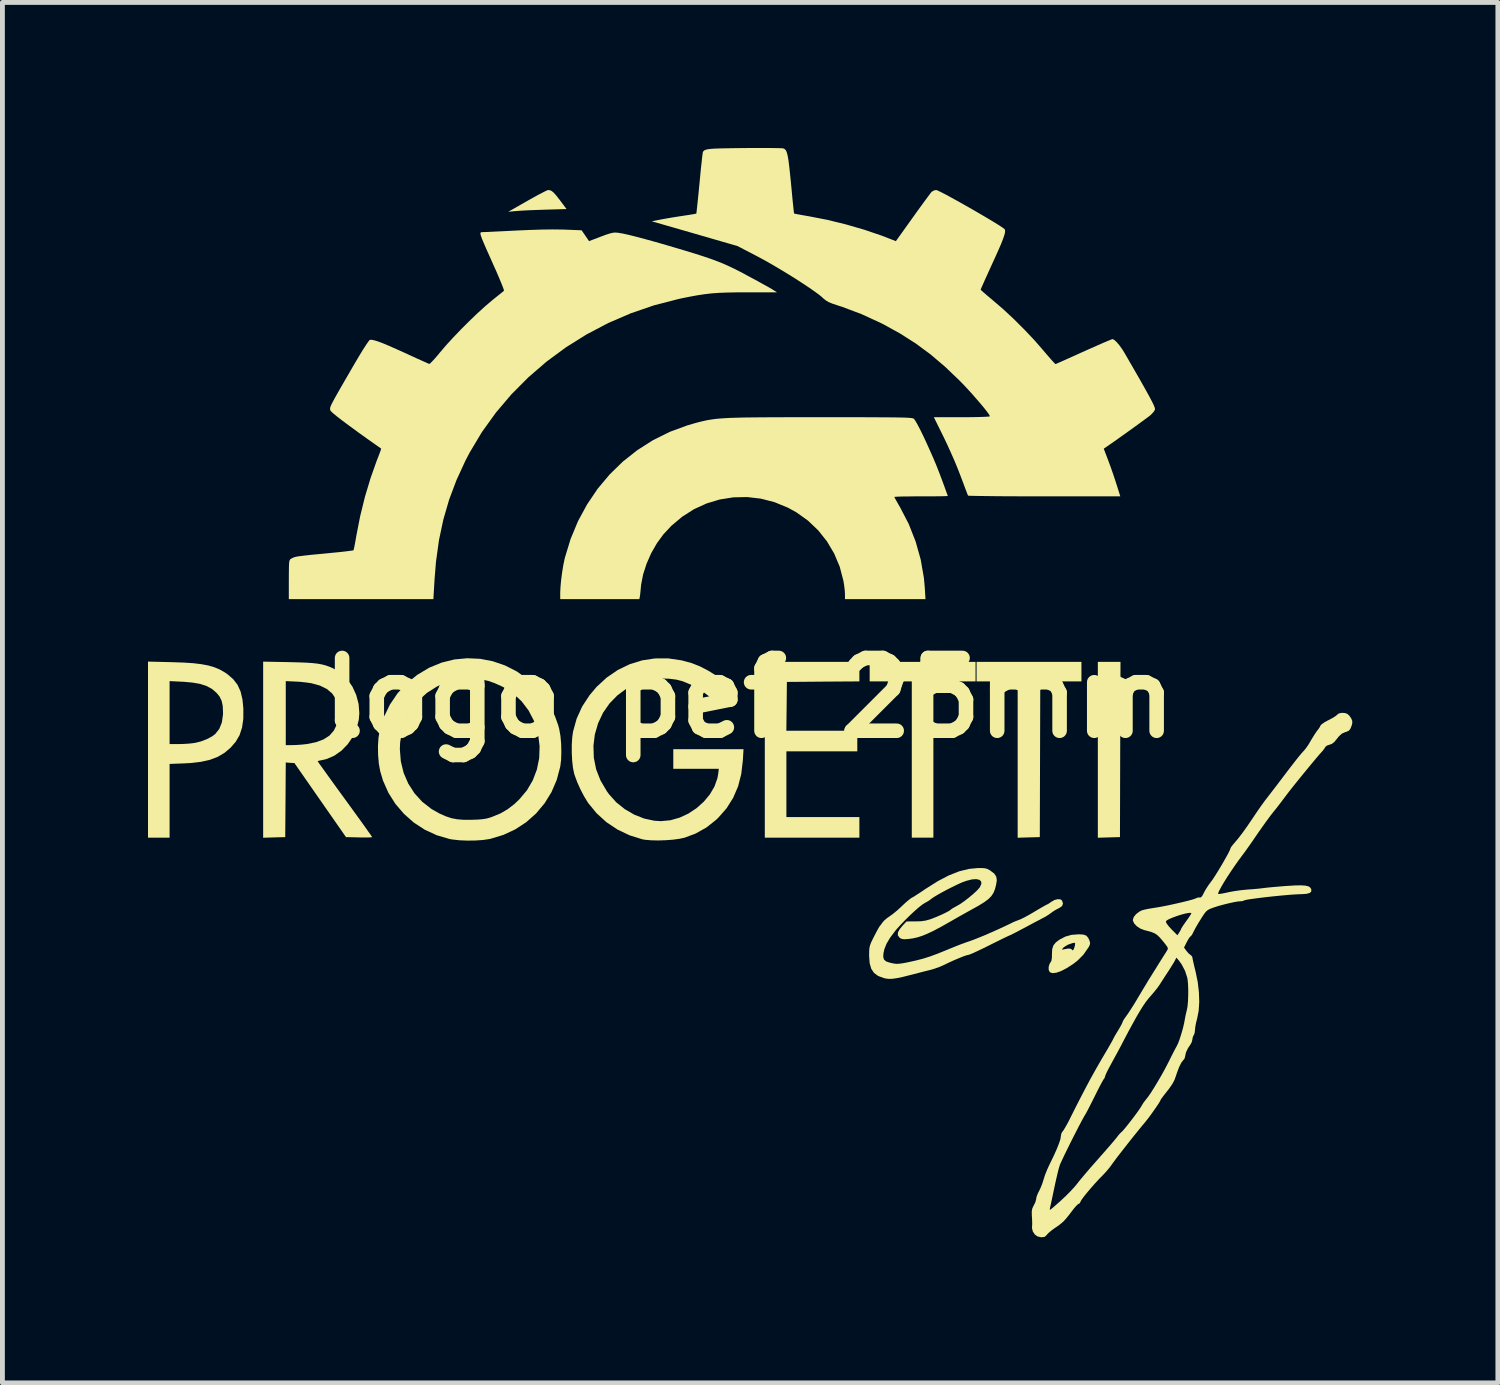
<source format=kicad_pcb>
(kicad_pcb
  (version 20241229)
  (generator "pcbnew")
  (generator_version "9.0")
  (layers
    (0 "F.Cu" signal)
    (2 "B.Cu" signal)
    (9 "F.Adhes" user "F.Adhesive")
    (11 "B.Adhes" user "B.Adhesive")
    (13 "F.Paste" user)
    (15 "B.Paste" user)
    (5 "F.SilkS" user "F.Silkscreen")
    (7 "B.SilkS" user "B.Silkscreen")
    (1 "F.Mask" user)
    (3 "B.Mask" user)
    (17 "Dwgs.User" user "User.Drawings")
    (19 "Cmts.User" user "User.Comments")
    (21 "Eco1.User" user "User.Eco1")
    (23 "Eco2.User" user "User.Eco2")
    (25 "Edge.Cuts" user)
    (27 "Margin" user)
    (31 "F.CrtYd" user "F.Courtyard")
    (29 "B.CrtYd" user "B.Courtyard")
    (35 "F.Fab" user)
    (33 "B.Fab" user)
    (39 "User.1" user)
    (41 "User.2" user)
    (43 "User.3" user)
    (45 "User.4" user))
  (footprint "logo pef 25mm"
    (layer "F.Cu")
    (at 12.393 11.331)
    (property "Reference" "logo pef 25mm" (at 0 0 0) (layer "F.SilkS") (effects (font (size 1.5 1.5) (thickness 0.3))))
    (attr board_only exclude_from_pos_files exclude_from_bom)
    (fp_poly (pts (xy 7.642 1.065) (xy 7.637 2.87) (xy 7.409 2.876) (xy 7.181 2.883) (xy 7.181 1.071) (xy 7.181 -0.741) (xy 7.415 -0.741) (xy 7.648 -0.741)) (stroke (width 0) (type solid)) (fill yes) (layer "F.SilkS"))
    (fp_poly (pts (xy 4.661 -0.54) (xy 4.661 -0.339) (xy 4.226 -0.339) (xy 3.792 -0.339) (xy 3.792 1.271) (xy 3.792 2.881) (xy 3.57 2.881) (xy 3.347 2.881) (xy 3.347 1.271) (xy 3.347 -0.339) (xy 2.913 -0.339) (xy 2.479 -0.339) (xy 2.479 -0.54) (xy 2.479 -0.741) (xy 3.57 -0.741) (xy 4.661 -0.741)) (stroke (width 0) (type solid)) (fill yes) (layer "F.SilkS"))
    (fp_poly (pts (xy 6.843 -0.54) (xy 6.843 -0.339) (xy 6.419 -0.339) (xy 5.995 -0.339) (xy 5.99 1.266) (xy 5.985 2.87) (xy 5.757 2.876) (xy 5.529 2.883) (xy 5.529 1.272) (xy 5.529 -0.339) (xy 5.105 -0.339) (xy 4.682 -0.339) (xy 4.682 -0.54) (xy 4.682 -0.741) (xy 5.762 -0.741) (xy 6.843 -0.741)) (stroke (width 0) (type solid)) (fill yes) (layer "F.SilkS"))
    (fp_poly (pts (xy -4.108 -10.46) (xy -4.071 -10.443) (xy -4.028 -10.406) (xy -3.975 -10.346) (xy -3.905 -10.256) (xy -3.768 -10.073) (xy -4.209 -10.06) (xy -4.353 -10.055) (xy -4.495 -10.05) (xy -4.624 -10.044) (xy -4.73 -10.038) (xy -4.804 -10.032) (xy -4.809 -10.032) (xy -4.968 -10.017) (xy -4.576 -10.241) (xy -4.458 -10.307) (xy -4.351 -10.366) (xy -4.26 -10.413) (xy -4.193 -10.447) (xy -4.154 -10.464) (xy -4.149 -10.465)) (stroke (width 0) (type solid)) (fill yes) (layer "F.SilkS"))
    (fp_poly (pts (xy 2.267 -0.54) (xy 2.267 -0.339) (xy 1.52 -0.334) (xy 0.773 -0.328) (xy 0.768 0.175) (xy 0.762 0.678) (xy 1.493 0.678) (xy 2.224 0.678) (xy 2.224 0.89) (xy 2.224 1.102) (xy 1.493 1.102) (xy 0.763 1.102) (xy 0.763 1.779) (xy 0.763 2.457) (xy 1.515 2.457) (xy 2.267 2.457) (xy 2.267 2.669) (xy 2.267 2.881) (xy 1.292 2.881) (xy 0.318 2.881) (xy 0.318 1.07) (xy 0.318 -0.741) (xy 1.292 -0.741) (xy 2.267 -0.741)) (stroke (width 0) (type solid)) (fill yes) (layer "F.SilkS"))
    (fp_poly (pts (xy 6.881 4.878) (xy 6.941 4.899) (xy 6.982 4.944) (xy 7.011 5.007) (xy 7.022 5.054) (xy 7.012 5.098) (xy 6.987 5.145) (xy 6.884 5.292) (xy 6.767 5.411) (xy 6.682 5.478) (xy 6.551 5.564) (xy 6.433 5.626) (xy 6.332 5.663) (xy 6.251 5.674) (xy 6.196 5.657) (xy 6.19 5.652) (xy 6.168 5.605) (xy 6.168 5.541) (xy 6.187 5.48) (xy 6.201 5.46) (xy 6.224 5.42) (xy 6.234 5.359) (xy 6.235 5.289) (xy 6.24 5.185) (xy 6.443 5.185) (xy 6.454 5.189) (xy 6.493 5.18) (xy 6.572 5.166) (xy 6.627 5.172) (xy 6.649 5.191) (xy 6.663 5.205) (xy 6.683 5.184) (xy 6.701 5.136) (xy 6.707 5.109) (xy 6.714 5.062) (xy 6.703 5.047) (xy 6.666 5.053) (xy 6.66 5.054) (xy 6.563 5.088) (xy 6.486 5.135) (xy 6.46 5.16) (xy 6.443 5.185) (xy 6.24 5.185) (xy 6.24 5.182) (xy 6.265 5.102) (xy 6.317 5.038) (xy 6.391 4.983) (xy 6.514 4.919) (xy 6.641 4.884) (xy 6.788 4.873) (xy 6.792 4.873)) (stroke (width 0) (type solid)) (fill yes) (layer "F.SilkS"))
    (fp_poly (pts (xy -11.9 -0.735) (xy -11.664 -0.727) (xy -11.464 -0.714) (xy -11.295 -0.694) (xy -11.151 -0.667) (xy -11.027 -0.631) (xy -10.917 -0.585) (xy -10.815 -0.527) (xy -10.758 -0.489) (xy -10.639 -0.386) (xy -10.548 -0.269) (xy -10.485 -0.13) (xy -10.446 0.035) (xy -10.428 0.224) (xy -10.429 0.434) (xy -10.455 0.613) (xy -10.506 0.769) (xy -10.586 0.906) (xy -10.692 1.028) (xy -10.816 1.133) (xy -10.956 1.216) (xy -11.117 1.277) (xy -11.304 1.319) (xy -11.523 1.344) (xy -11.635 1.35) (xy -11.948 1.362) (xy -11.948 2.121) (xy -11.948 2.881) (xy -12.17 2.881) (xy -12.393 2.881) (xy -12.393 1.067) (xy -12.393 -0.345) (xy -11.948 -0.345) (xy -11.948 0.304) (xy -11.948 0.953) (xy -11.763 0.953) (xy -11.656 0.95) (xy -11.544 0.943) (xy -11.45 0.932) (xy -11.44 0.931) (xy -11.307 0.9) (xy -11.179 0.851) (xy -11.069 0.792) (xy -11.008 0.746) (xy -10.924 0.64) (xy -10.871 0.508) (xy -10.848 0.348) (xy -10.847 0.301) (xy -10.853 0.166) (xy -10.876 0.06) (xy -10.919 -0.028) (xy -10.98 -0.102) (xy -11.071 -0.181) (xy -11.18 -0.241) (xy -11.312 -0.285) (xy -11.474 -0.314) (xy -11.671 -0.332) (xy -11.688 -0.332) (xy -11.948 -0.345) (xy -12.393 -0.345) (xy -12.393 -0.747)) (stroke (width 0) (type solid)) (fill yes) (layer "F.SilkS"))
    (fp_poly (pts (xy -9.485 -0.736) (xy -9.29 -0.731) (xy -9.13 -0.725) (xy -9 -0.716) (xy -8.893 -0.704) (xy -8.803 -0.687) (xy -8.722 -0.665) (xy -8.645 -0.637) (xy -8.566 -0.602) (xy -8.416 -0.508) (xy -8.286 -0.382) (xy -8.18 -0.23) (xy -8.102 -0.059) (xy -8.053 0.125) (xy -8.038 0.316) (xy -8.049 0.45) (xy -8.095 0.633) (xy -8.173 0.804) (xy -8.279 0.958) (xy -8.407 1.089) (xy -8.552 1.191) (xy -8.711 1.26) (xy -8.808 1.283) (xy -8.863 1.294) (xy -8.894 1.303) (xy -8.897 1.306) (xy -8.885 1.324) (xy -8.851 1.373) (xy -8.796 1.449) (xy -8.724 1.55) (xy -8.637 1.67) (xy -8.538 1.808) (xy -8.428 1.959) (xy -8.336 2.085) (xy -8.22 2.245) (xy -8.113 2.393) (xy -8.015 2.528) (xy -7.931 2.645) (xy -7.863 2.742) (xy -7.812 2.813) (xy -7.782 2.857) (xy -7.775 2.87) (xy -7.794 2.874) (xy -7.849 2.877) (xy -7.929 2.878) (xy -8.029 2.877) (xy -8.044 2.876) (xy -8.313 2.87) (xy -8.844 2.108) (xy -9.375 1.345) (xy -9.464 1.339) (xy -9.554 1.332) (xy -9.559 2.101) (xy -9.565 2.87) (xy -9.792 2.876) (xy -10.02 2.883) (xy -10.02 1.068) (xy -10.02 -0.345) (xy -9.554 -0.345) (xy -9.554 0.315) (xy -9.554 0.974) (xy -9.418 0.974) (xy -9.325 0.971) (xy -9.215 0.963) (xy -9.118 0.952) (xy -8.931 0.914) (xy -8.779 0.858) (xy -8.659 0.782) (xy -8.65 0.774) (xy -8.563 0.674) (xy -8.501 0.547) (xy -8.465 0.404) (xy -8.46 0.255) (xy -8.472 0.167) (xy -8.52 0.026) (xy -8.598 -0.09) (xy -8.708 -0.183) (xy -8.851 -0.253) (xy -9.029 -0.302) (xy -9.242 -0.329) (xy -9.305 -0.333) (xy -9.554 -0.345) (xy -10.02 -0.345) (xy -10.02 -0.746)) (stroke (width 0) (type solid)) (fill yes) (layer "F.SilkS"))
    (fp_poly (pts (xy -1.394 -0.772) (xy -1.189 -0.716) (xy -1.02 -0.649) (xy -0.85 -0.561) (xy -0.687 -0.46) (xy -0.541 -0.351) (xy -0.423 -0.24) (xy -0.374 -0.182) (xy -0.321 -0.113) (xy -0.481 0.032) (xy -0.641 0.177) (xy -0.714 0.088) (xy -0.842 -0.04) (xy -1.003 -0.16) (xy -1.187 -0.264) (xy -1.377 -0.343) (xy -1.502 -0.375) (xy -1.654 -0.394) (xy -1.815 -0.399) (xy -1.972 -0.39) (xy -2.085 -0.372) (xy -2.318 -0.299) (xy -2.53 -0.192) (xy -2.719 -0.052) (xy -2.882 0.115) (xy -3.016 0.308) (xy -3.117 0.522) (xy -3.185 0.755) (xy -3.213 0.985) (xy -3.206 1.234) (xy -3.158 1.473) (xy -3.068 1.702) (xy -2.937 1.925) (xy -2.892 1.987) (xy -2.743 2.153) (xy -2.567 2.294) (xy -2.373 2.407) (xy -2.167 2.488) (xy -1.956 2.533) (xy -1.822 2.541) (xy -1.628 2.523) (xy -1.438 2.469) (xy -1.256 2.385) (xy -1.089 2.274) (xy -0.94 2.141) (xy -0.815 1.991) (xy -0.719 1.827) (xy -0.658 1.654) (xy -0.642 1.563) (xy -0.63 1.462) (xy -1.099 1.462) (xy -1.568 1.462) (xy -1.568 1.26) (xy -1.568 1.059) (xy -0.844 1.059) (xy -0.121 1.059) (xy -0.134 1.287) (xy -0.167 1.569) (xy -0.233 1.826) (xy -0.334 2.06) (xy -0.469 2.275) (xy -0.642 2.472) (xy -0.686 2.514) (xy -0.885 2.672) (xy -1.109 2.797) (xy -1.335 2.882) (xy -1.442 2.905) (xy -1.576 2.923) (xy -1.725 2.934) (xy -1.877 2.939) (xy -2.02 2.936) (xy -2.142 2.926) (xy -2.203 2.916) (xy -2.469 2.833) (xy -2.718 2.714) (xy -2.946 2.562) (xy -3.148 2.379) (xy -3.32 2.169) (xy -3.331 2.153) (xy -3.406 2.03) (xy -3.481 1.886) (xy -3.548 1.737) (xy -3.599 1.599) (xy -3.612 1.557) (xy -3.636 1.439) (xy -3.652 1.293) (xy -3.66 1.133) (xy -3.66 0.97) (xy -3.651 0.819) (xy -3.634 0.697) (xy -3.56 0.43) (xy -3.446 0.179) (xy -3.292 -0.056) (xy -3.149 -0.225) (xy -2.94 -0.418) (xy -2.712 -0.574) (xy -2.468 -0.692) (xy -2.211 -0.772) (xy -1.945 -0.812) (xy -1.671 -0.813)) (stroke (width 0) (type solid)) (fill yes) (layer "F.SilkS"))
    (fp_poly (pts (xy -5.548 -0.804) (xy -5.287 -0.754) (xy -5.034 -0.667) (xy -4.793 -0.544) (xy -4.568 -0.386) (xy -4.362 -0.193) (xy -4.294 -0.116) (xy -4.189 0.027) (xy -4.091 0.198) (xy -4.005 0.382) (xy -3.94 0.563) (xy -3.919 0.641) (xy -3.894 0.782) (xy -3.879 0.945) (xy -3.875 1.116) (xy -3.88 1.278) (xy -3.897 1.416) (xy -3.898 1.419) (xy -3.97 1.691) (xy -4.078 1.943) (xy -4.221 2.174) (xy -4.394 2.381) (xy -4.595 2.56) (xy -4.822 2.709) (xy -5.071 2.825) (xy -5.339 2.906) (xy -5.366 2.911) (xy -5.495 2.93) (xy -5.651 2.94) (xy -5.817 2.942) (xy -5.979 2.935) (xy -6.121 2.919) (xy -6.175 2.91) (xy -6.441 2.832) (xy -6.689 2.718) (xy -6.916 2.57) (xy -7.118 2.391) (xy -7.294 2.186) (xy -7.439 1.956) (xy -7.55 1.706) (xy -7.607 1.515) (xy -7.636 1.357) (xy -7.651 1.179) (xy -7.653 1.059) (xy -7.203 1.059) (xy -7.183 1.309) (xy -7.125 1.546) (xy -7.03 1.766) (xy -6.902 1.966) (xy -6.742 2.142) (xy -6.552 2.29) (xy -6.386 2.384) (xy -6.257 2.441) (xy -6.14 2.48) (xy -6.019 2.503) (xy -5.883 2.514) (xy -5.72 2.513) (xy -5.596 2.509) (xy -5.501 2.501) (xy -5.423 2.489) (xy -5.349 2.469) (xy -5.3 2.452) (xy -5.13 2.382) (xy -4.982 2.296) (xy -4.841 2.187) (xy -4.742 2.093) (xy -4.585 1.907) (xy -4.464 1.701) (xy -4.379 1.478) (xy -4.331 1.242) (xy -4.323 0.998) (xy -4.353 0.751) (xy -4.364 0.702) (xy -4.44 0.472) (xy -4.55 0.261) (xy -4.691 0.074) (xy -4.86 -0.085) (xy -5.054 -0.212) (xy -5.107 -0.239) (xy -5.252 -0.304) (xy -5.378 -0.348) (xy -5.501 -0.375) (xy -5.636 -0.387) (xy -5.773 -0.39) (xy -5.955 -0.382) (xy -6.113 -0.357) (xy -6.262 -0.312) (xy -6.417 -0.243) (xy -6.442 -0.231) (xy -6.645 -0.102) (xy -6.821 0.057) (xy -6.966 0.241) (xy -7.078 0.449) (xy -7.156 0.675) (xy -7.197 0.918) (xy -7.203 1.059) (xy -7.653 1.059) (xy -7.654 0.996) (xy -7.643 0.823) (xy -7.619 0.674) (xy -7.618 0.67) (xy -7.531 0.395) (xy -7.409 0.141) (xy -7.252 -0.091) (xy -7.063 -0.297) (xy -6.844 -0.474) (xy -6.598 -0.621) (xy -6.342 -0.726) (xy -6.08 -0.791) (xy -5.814 -0.816)) (stroke (width 0) (type solid)) (fill yes) (layer "F.SilkS"))
    (fp_poly (pts (xy 2.07 -5.783) (xy 2.322 -5.783) (xy 2.539 -5.782) (xy 2.724 -5.781) (xy 2.88 -5.78) (xy 3.009 -5.779) (xy 3.114 -5.777) (xy 3.197 -5.775) (xy 3.262 -5.772) (xy 3.31 -5.769) (xy 3.344 -5.765) (xy 3.368 -5.76) (xy 3.383 -5.755) (xy 3.392 -5.749) (xy 3.395 -5.746) (xy 3.426 -5.7) (xy 3.471 -5.621) (xy 3.526 -5.515) (xy 3.588 -5.388) (xy 3.654 -5.246) (xy 3.722 -5.095) (xy 3.789 -4.943) (xy 3.852 -4.794) (xy 3.907 -4.654) (xy 3.931 -4.592) (xy 3.978 -4.466) (xy 4.019 -4.355) (xy 4.052 -4.263) (xy 4.076 -4.197) (xy 4.088 -4.163) (xy 4.089 -4.16) (xy 4.068 -4.158) (xy 4.011 -4.156) (xy 3.923 -4.154) (xy 3.809 -4.153) (xy 3.675 -4.152) (xy 3.538 -4.152) (xy 3.39 -4.152) (xy 3.257 -4.15) (xy 3.145 -4.149) (xy 3.059 -4.146) (xy 3.004 -4.143) (xy 2.987 -4.14) (xy 2.997 -4.118) (xy 3.025 -4.068) (xy 3.065 -3.997) (xy 3.106 -3.926) (xy 3.284 -3.583) (xy 3.426 -3.222) (xy 3.531 -2.849) (xy 3.597 -2.469) (xy 3.615 -2.268) (xy 3.629 -2.034) (xy 2.8 -2.034) (xy 1.97 -2.034) (xy 1.97 -2.137) (xy 1.966 -2.209) (xy 1.955 -2.304) (xy 1.94 -2.402) (xy 1.937 -2.415) (xy 1.862 -2.702) (xy 1.748 -2.973) (xy 1.6 -3.223) (xy 1.419 -3.451) (xy 1.208 -3.652) (xy 0.969 -3.823) (xy 0.794 -3.919) (xy 0.519 -4.032) (xy 0.237 -4.105) (xy -0.047 -4.138) (xy -0.33 -4.132) (xy -0.609 -4.088) (xy -0.879 -4.007) (xy -1.139 -3.889) (xy -1.383 -3.734) (xy -1.608 -3.545) (xy -1.772 -3.369) (xy -1.905 -3.187) (xy -2.023 -2.982) (xy -2.119 -2.763) (xy -2.19 -2.543) (xy -2.231 -2.332) (xy -2.236 -2.28) (xy -2.244 -2.197) (xy -2.251 -2.126) (xy -2.258 -2.081) (xy -2.268 -2.034) (xy -3.083 -2.034) (xy -3.898 -2.034) (xy -3.898 -2.177) (xy -3.892 -2.291) (xy -3.879 -2.431) (xy -3.859 -2.583) (xy -3.835 -2.731) (xy -3.808 -2.861) (xy -3.802 -2.887) (xy -3.684 -3.274) (xy -3.531 -3.642) (xy -3.344 -3.987) (xy -3.127 -4.308) (xy -2.88 -4.603) (xy -2.606 -4.87) (xy -2.307 -5.106) (xy -1.984 -5.311) (xy -1.639 -5.482) (xy -1.275 -5.616) (xy -1.133 -5.657) (xy -1.056 -5.678) (xy -0.984 -5.696) (xy -0.915 -5.712) (xy -0.846 -5.726) (xy -0.773 -5.737) (xy -0.695 -5.748) (xy -0.607 -5.756) (xy -0.507 -5.763) (xy -0.392 -5.769) (xy -0.258 -5.773) (xy -0.104 -5.777) (xy 0.075 -5.779) (xy 0.281 -5.781) (xy 0.518 -5.782) (xy 0.787 -5.783) (xy 1.093 -5.783) (xy 1.438 -5.783) (xy 1.453 -5.783) (xy 1.782 -5.783)) (stroke (width 0) (type solid)) (fill yes) (layer "F.SilkS"))
    (fp_poly (pts (xy -3.875 -9.651) (xy -3.799 -9.649) (xy -3.457 -9.635) (xy -3.38 -9.523) (xy -3.304 -9.412) (xy -3.06 -9.505) (xy -2.952 -9.545) (xy -2.874 -9.57) (xy -2.815 -9.584) (xy -2.765 -9.589) (xy -2.713 -9.585) (xy -2.706 -9.584) (xy -2.619 -9.57) (xy -2.496 -9.543) (xy -2.339 -9.504) (xy -2.151 -9.454) (xy -1.936 -9.395) (xy -1.697 -9.326) (xy -1.568 -9.288) (xy -1.329 -9.217) (xy -1.126 -9.155) (xy -0.951 -9.099) (xy -0.8 -9.048) (xy -0.665 -8.998) (xy -0.542 -8.949) (xy -0.424 -8.896) (xy -0.306 -8.84) (xy -0.18 -8.776) (xy -0.063 -8.713) (xy 0.068 -8.643) (xy 0.191 -8.576) (xy 0.301 -8.515) (xy 0.391 -8.465) (xy 0.453 -8.43) (xy 0.47 -8.419) (xy 0.569 -8.357) (xy -0.049 -8.357) (xy -0.273 -8.356) (xy -0.463 -8.352) (xy -0.629 -8.346) (xy -0.779 -8.335) (xy -0.923 -8.318) (xy -1.07 -8.296) (xy -1.228 -8.267) (xy -1.407 -8.231) (xy -1.472 -8.216) (xy -1.965 -8.089) (xy -2.445 -7.924) (xy -2.909 -7.724) (xy -3.354 -7.49) (xy -3.779 -7.224) (xy -4.181 -6.928) (xy -4.557 -6.603) (xy -4.906 -6.252) (xy -5.225 -5.876) (xy -5.512 -5.477) (xy -5.763 -5.057) (xy -5.851 -4.889) (xy -6.036 -4.487) (xy -6.187 -4.086) (xy -6.306 -3.677) (xy -6.396 -3.253) (xy -6.458 -2.808) (xy -6.487 -2.452) (xy -6.512 -2.034) (xy -8.002 -2.034) (xy -9.491 -2.034) (xy -9.491 -2.436) (xy -9.49 -2.576) (xy -9.489 -2.679) (xy -9.487 -2.752) (xy -9.483 -2.801) (xy -9.475 -2.832) (xy -9.465 -2.851) (xy -9.45 -2.863) (xy -9.443 -2.867) (xy -9.418 -2.881) (xy -9.391 -2.893) (xy -9.355 -2.904) (xy -9.307 -2.914) (xy -9.24 -2.923) (xy -9.15 -2.934) (xy -9.033 -2.947) (xy -8.882 -2.961) (xy -8.725 -2.976) (xy -8.577 -2.991) (xy -8.442 -3.004) (xy -8.327 -3.017) (xy -8.238 -3.028) (xy -8.18 -3.036) (xy -8.159 -3.04) (xy -8.152 -3.064) (xy -8.139 -3.122) (xy -8.123 -3.206) (xy -8.105 -3.308) (xy -8.099 -3.343) (xy -8.021 -3.742) (xy -7.922 -4.144) (xy -7.805 -4.533) (xy -7.676 -4.897) (xy -7.665 -4.923) (xy -7.632 -5.009) (xy -7.606 -5.078) (xy -7.591 -5.123) (xy -7.588 -5.136) (xy -7.842 -5.315) (xy -8.06 -5.471) (xy -8.243 -5.605) (xy -8.391 -5.715) (xy -8.504 -5.803) (xy -8.583 -5.868) (xy -8.626 -5.91) (xy -8.636 -5.926) (xy -8.64 -5.943) (xy -8.641 -5.961) (xy -8.638 -5.982) (xy -8.629 -6.01) (xy -8.611 -6.05) (xy -8.583 -6.104) (xy -8.544 -6.177) (xy -8.491 -6.271) (xy -8.422 -6.392) (xy -8.336 -6.541) (xy -8.23 -6.724) (xy -8.228 -6.728) (xy -8.13 -6.896) (xy -8.043 -7.043) (xy -7.967 -7.168) (xy -7.904 -7.266) (xy -7.857 -7.335) (xy -7.828 -7.372) (xy -7.821 -7.377) (xy -7.785 -7.379) (xy -7.73 -7.368) (xy -7.655 -7.345) (xy -7.556 -7.308) (xy -7.429 -7.255) (xy -7.271 -7.185) (xy -7.097 -7.107) (xy -6.965 -7.046) (xy -6.845 -6.991) (xy -6.742 -6.945) (xy -6.663 -6.91) (xy -6.613 -6.887) (xy -6.597 -6.881) (xy -6.576 -6.894) (xy -6.535 -6.935) (xy -6.477 -6.998) (xy -6.409 -7.077) (xy -6.376 -7.118) (xy -6.253 -7.262) (xy -6.106 -7.423) (xy -5.944 -7.592) (xy -5.775 -7.761) (xy -5.607 -7.922) (xy -5.449 -8.066) (xy -5.308 -8.186) (xy -5.307 -8.187) (xy -5.222 -8.256) (xy -5.148 -8.315) (xy -5.092 -8.36) (xy -5.061 -8.386) (xy -5.057 -8.389) (xy -5.061 -8.411) (xy -5.081 -8.467) (xy -5.114 -8.551) (xy -5.159 -8.658) (xy -5.213 -8.784) (xy -5.275 -8.923) (xy -5.283 -8.941) (xy -5.362 -9.118) (xy -5.425 -9.259) (xy -5.473 -9.37) (xy -5.508 -9.454) (xy -5.53 -9.514) (xy -5.541 -9.554) (xy -5.542 -9.579) (xy -5.535 -9.592) (xy -5.521 -9.596) (xy -5.512 -9.596) (xy -5.481 -9.598) (xy -5.413 -9.6) (xy -5.314 -9.605) (xy -5.189 -9.611) (xy -5.044 -9.618) (xy -4.883 -9.626) (xy -4.806 -9.63) (xy -4.531 -9.642) (xy -4.281 -9.65) (xy -4.06 -9.653)) (stroke (width 0) (type solid)) (fill yes) (layer "F.SilkS"))
    (fp_poly (pts (xy 4.858 3.513) (xy 4.906 3.527) (xy 4.953 3.552) (xy 4.965 3.56) (xy 5.045 3.62) (xy 5.087 3.682) (xy 5.099 3.758) (xy 5.085 3.85) (xy 5.061 3.943) (xy 5.03 4.02) (xy 4.986 4.086) (xy 4.925 4.148) (xy 4.84 4.211) (xy 4.727 4.281) (xy 4.618 4.342) (xy 4.51 4.402) (xy 4.382 4.473) (xy 4.25 4.548) (xy 4.131 4.616) (xy 3.951 4.718) (xy 3.8 4.798) (xy 3.672 4.859) (xy 3.56 4.905) (xy 3.459 4.937) (xy 3.363 4.958) (xy 3.28 4.969) (xy 3.201 4.975) (xy 3.151 4.971) (xy 3.114 4.956) (xy 3.095 4.942) (xy 3.06 4.894) (xy 3.061 4.836) (xy 3.099 4.765) (xy 3.156 4.696) (xy 3.238 4.608) (xy 3.425 4.607) (xy 3.537 4.604) (xy 3.628 4.591) (xy 3.717 4.567) (xy 3.765 4.55) (xy 3.862 4.511) (xy 3.957 4.47) (xy 4.043 4.429) (xy 4.109 4.394) (xy 4.148 4.368) (xy 4.152 4.363) (xy 4.176 4.345) (xy 4.226 4.316) (xy 4.274 4.29) (xy 4.346 4.248) (xy 4.432 4.188) (xy 4.524 4.117) (xy 4.612 4.043) (xy 4.687 3.974) (xy 4.739 3.917) (xy 4.75 3.902) (xy 4.781 3.834) (xy 4.776 3.783) (xy 4.74 3.75) (xy 4.675 3.736) (xy 4.586 3.742) (xy 4.475 3.77) (xy 4.376 3.806) (xy 4.286 3.847) (xy 4.181 3.898) (xy 4.071 3.954) (xy 3.964 4.011) (xy 3.869 4.065) (xy 3.795 4.11) (xy 3.75 4.142) (xy 3.75 4.142) (xy 3.693 4.184) (xy 3.626 4.222) (xy 3.62 4.225) (xy 3.567 4.258) (xy 3.493 4.316) (xy 3.404 4.394) (xy 3.307 4.484) (xy 3.209 4.581) (xy 3.116 4.678) (xy 3.034 4.768) (xy 3.006 4.802) (xy 2.9 4.943) (xy 2.826 5.068) (xy 2.781 5.182) (xy 2.763 5.266) (xy 2.759 5.343) (xy 2.776 5.396) (xy 2.819 5.432) (xy 2.896 5.458) (xy 2.934 5.467) (xy 2.991 5.478) (xy 3.044 5.482) (xy 3.104 5.478) (xy 3.183 5.466) (xy 3.289 5.445) (xy 3.441 5.411) (xy 3.583 5.374) (xy 3.725 5.329) (xy 3.879 5.272) (xy 4.057 5.2) (xy 4.11 5.178) (xy 4.228 5.13) (xy 4.352 5.081) (xy 4.467 5.039) (xy 4.555 5.009) (xy 4.631 4.981) (xy 4.737 4.939) (xy 4.863 4.887) (xy 4.998 4.828) (xy 5.135 4.767) (xy 5.264 4.707) (xy 5.376 4.654) (xy 5.423 4.63) (xy 5.48 4.605) (xy 5.548 4.579) (xy 5.555 4.577) (xy 5.604 4.556) (xy 5.678 4.519) (xy 5.769 4.469) (xy 5.867 4.412) (xy 5.878 4.405) (xy 5.969 4.351) (xy 6.047 4.306) (xy 6.104 4.274) (xy 6.134 4.259) (xy 6.136 4.258) (xy 6.16 4.246) (xy 6.204 4.217) (xy 6.221 4.204) (xy 6.288 4.166) (xy 6.356 4.149) (xy 6.413 4.154) (xy 6.442 4.175) (xy 6.463 4.238) (xy 6.444 4.291) (xy 6.385 4.332) (xy 6.382 4.333) (xy 6.312 4.369) (xy 6.24 4.415) (xy 6.228 4.425) (xy 6.165 4.47) (xy 6.103 4.509) (xy 6.09 4.516) (xy 6.051 4.536) (xy 5.982 4.573) (xy 5.89 4.621) (xy 5.785 4.677) (xy 5.703 4.721) (xy 5.597 4.777) (xy 5.504 4.826) (xy 5.43 4.864) (xy 5.383 4.887) (xy 5.367 4.894) (xy 5.346 4.903) (xy 5.292 4.928) (xy 5.212 4.967) (xy 5.111 5.017) (xy 4.995 5.074) (xy 4.954 5.095) (xy 4.833 5.155) (xy 4.722 5.208) (xy 4.63 5.251) (xy 4.56 5.281) (xy 4.521 5.295) (xy 4.516 5.296) (xy 4.477 5.305) (xy 4.409 5.328) (xy 4.321 5.364) (xy 4.22 5.406) (xy 4.115 5.454) (xy 4.016 5.502) (xy 4.013 5.503) (xy 3.926 5.542) (xy 3.82 5.58) (xy 3.718 5.61) (xy 3.717 5.61) (xy 3.624 5.633) (xy 3.507 5.663) (xy 3.384 5.695) (xy 3.305 5.715) (xy 3.158 5.752) (xy 3.043 5.776) (xy 2.953 5.789) (xy 2.88 5.792) (xy 2.815 5.785) (xy 2.768 5.774) (xy 2.653 5.731) (xy 2.569 5.669) (xy 2.512 5.584) (xy 2.479 5.47) (xy 2.468 5.323) (xy 2.468 5.307) (xy 2.469 5.22) (xy 2.474 5.156) (xy 2.486 5.1) (xy 2.509 5.04) (xy 2.547 4.962) (xy 2.571 4.915) (xy 2.614 4.831) (xy 2.652 4.762) (xy 2.678 4.717) (xy 2.688 4.703) (xy 2.708 4.679) (xy 2.738 4.636) (xy 2.74 4.633) (xy 2.778 4.59) (xy 2.838 4.538) (xy 2.893 4.5) (xy 2.963 4.449) (xy 3.047 4.38) (xy 3.128 4.306) (xy 3.144 4.291) (xy 3.214 4.225) (xy 3.281 4.168) (xy 3.333 4.128) (xy 3.347 4.12) (xy 3.39 4.096) (xy 3.458 4.052) (xy 3.543 3.997) (xy 3.634 3.935) (xy 3.639 3.932) (xy 3.885 3.777) (xy 4.113 3.658) (xy 4.327 3.574) (xy 4.529 3.525) (xy 4.704 3.508) (xy 4.795 3.508)) (stroke (width 0) (type solid)) (fill yes) (layer "F.SilkS"))
    (fp_poly (pts (xy 0.38 -11.331) (xy 0.505 -11.33) (xy 0.602 -11.328) (xy 0.667 -11.326) (xy 0.692 -11.324) (xy 0.718 -11.315) (xy 0.74 -11.298) (xy 0.759 -11.271) (xy 0.775 -11.228) (xy 0.79 -11.167) (xy 0.805 -11.082) (xy 0.819 -10.971) (xy 0.835 -10.828) (xy 0.853 -10.65) (xy 0.87 -10.476) (xy 0.883 -10.337) (xy 0.895 -10.213) (xy 0.906 -10.11) (xy 0.914 -10.033) (xy 0.92 -9.989) (xy 0.922 -9.981) (xy 0.944 -9.975) (xy 1.001 -9.964) (xy 1.084 -9.949) (xy 1.186 -9.931) (xy 1.232 -9.923) (xy 1.604 -9.851) (xy 1.988 -9.757) (xy 2.368 -9.647) (xy 2.729 -9.524) (xy 2.913 -9.453) (xy 3.019 -9.411) (xy 3.368 -9.899) (xy 3.46 -10.028) (xy 3.546 -10.146) (xy 3.622 -10.25) (xy 3.684 -10.334) (xy 3.729 -10.394) (xy 3.753 -10.425) (xy 3.755 -10.427) (xy 3.804 -10.456) (xy 3.85 -10.465) (xy 3.882 -10.454) (xy 3.944 -10.424) (xy 4.033 -10.379) (xy 4.142 -10.32) (xy 4.267 -10.251) (xy 4.403 -10.175) (xy 4.544 -10.095) (xy 4.686 -10.013) (xy 4.823 -9.933) (xy 4.95 -9.858) (xy 5.062 -9.79) (xy 5.155 -9.732) (xy 5.221 -9.688) (xy 5.258 -9.66) (xy 5.262 -9.655) (xy 5.27 -9.63) (xy 5.268 -9.592) (xy 5.255 -9.538) (xy 5.23 -9.464) (xy 5.192 -9.365) (xy 5.138 -9.24) (xy 5.068 -9.084) (xy 4.981 -8.894) (xy 4.979 -8.889) (xy 4.92 -8.759) (xy 4.867 -8.643) (xy 4.823 -8.544) (xy 4.79 -8.47) (xy 4.77 -8.424) (xy 4.766 -8.413) (xy 4.782 -8.395) (xy 4.825 -8.356) (xy 4.89 -8.3) (xy 4.971 -8.232) (xy 5.022 -8.189) (xy 5.229 -8.011) (xy 5.447 -7.808) (xy 5.666 -7.59) (xy 5.876 -7.368) (xy 6.064 -7.152) (xy 6.066 -7.149) (xy 6.143 -7.059) (xy 6.21 -6.982) (xy 6.264 -6.922) (xy 6.299 -6.886) (xy 6.31 -6.878) (xy 6.332 -6.887) (xy 6.388 -6.912) (xy 6.472 -6.949) (xy 6.581 -6.998) (xy 6.708 -7.055) (xy 6.849 -7.119) (xy 6.89 -7.137) (xy 7.035 -7.202) (xy 7.168 -7.261) (xy 7.285 -7.312) (xy 7.379 -7.352) (xy 7.446 -7.38) (xy 7.481 -7.393) (xy 7.484 -7.393) (xy 7.52 -7.376) (xy 7.57 -7.33) (xy 7.628 -7.262) (xy 7.686 -7.18) (xy 7.705 -7.15) (xy 7.733 -7.104) (xy 7.778 -7.026) (xy 7.837 -6.924) (xy 7.907 -6.803) (xy 7.984 -6.669) (xy 8.065 -6.528) (xy 8.071 -6.517) (xy 8.164 -6.352) (xy 8.237 -6.22) (xy 8.291 -6.118) (xy 8.329 -6.042) (xy 8.351 -5.988) (xy 8.359 -5.954) (xy 8.359 -5.941) (xy 8.336 -5.9) (xy 8.29 -5.849) (xy 8.257 -5.818) (xy 8.218 -5.788) (xy 8.15 -5.738) (xy 8.061 -5.673) (xy 7.957 -5.597) (xy 7.843 -5.515) (xy 7.727 -5.432) (xy 7.615 -5.352) (xy 7.513 -5.28) (xy 7.427 -5.22) (xy 7.365 -5.177) (xy 7.352 -5.168) (xy 7.303 -5.135) (xy 7.399 -4.882) (xy 7.446 -4.755) (xy 7.496 -4.612) (xy 7.542 -4.474) (xy 7.569 -4.39) (xy 7.644 -4.152) (xy 6.079 -4.152) (xy 5.826 -4.152) (xy 5.585 -4.153) (xy 5.359 -4.154) (xy 5.153 -4.155) (xy 4.97 -4.157) (xy 4.812 -4.159) (xy 4.683 -4.161) (xy 4.587 -4.163) (xy 4.527 -4.165) (xy 4.506 -4.168) (xy 4.496 -4.192) (xy 4.474 -4.249) (xy 4.442 -4.334) (xy 4.403 -4.438) (xy 4.358 -4.557) (xy 4.355 -4.565) (xy 4.299 -4.71) (xy 4.23 -4.878) (xy 4.152 -5.055) (xy 4.074 -5.227) (xy 4.008 -5.365) (xy 3.802 -5.783) (xy 4.379 -5.783) (xy 4.537 -5.784) (xy 4.676 -5.786) (xy 4.793 -5.789) (xy 4.882 -5.793) (xy 4.938 -5.797) (xy 4.957 -5.802) (xy 4.943 -5.832) (xy 4.905 -5.887) (xy 4.846 -5.963) (xy 4.771 -6.054) (xy 4.684 -6.155) (xy 4.59 -6.262) (xy 4.493 -6.369) (xy 4.398 -6.47) (xy 4.332 -6.537) (xy 4.031 -6.825) (xy 3.732 -7.079) (xy 3.427 -7.304) (xy 3.106 -7.508) (xy 2.762 -7.698) (xy 2.712 -7.723) (xy 2.31 -7.908) (xy 1.914 -8.057) (xy 1.812 -8.09) (xy 1.708 -8.125) (xy 1.633 -8.156) (xy 1.575 -8.19) (xy 1.523 -8.232) (xy 1.505 -8.25) (xy 1.444 -8.301) (xy 1.351 -8.37) (xy 1.233 -8.452) (xy 1.094 -8.544) (xy 0.941 -8.643) (xy 0.779 -8.744) (xy 0.613 -8.844) (xy 0.45 -8.94) (xy 0.294 -9.028) (xy 0.152 -9.104) (xy 0.15 -9.105) (xy -0.244 -9.31) (xy -1.128 -9.566) (xy -2.012 -9.821) (xy -1.816 -9.859) (xy -1.712 -9.878) (xy -1.584 -9.9) (xy -1.451 -9.921) (xy -1.36 -9.935) (xy -1.26 -9.95) (xy -1.177 -9.963) (xy -1.119 -9.974) (xy -1.094 -9.98) (xy -1.093 -9.981) (xy -1.09 -10.003) (xy -1.083 -10.062) (xy -1.073 -10.153) (xy -1.061 -10.27) (xy -1.047 -10.407) (xy -1.032 -10.561) (xy -1.028 -10.602) (xy -1.013 -10.759) (xy -0.999 -10.904) (xy -0.985 -11.03) (xy -0.974 -11.132) (xy -0.965 -11.204) (xy -0.96 -11.24) (xy -0.959 -11.243) (xy -0.949 -11.263) (xy -0.932 -11.28) (xy -0.905 -11.293) (xy -0.864 -11.304) (xy -0.804 -11.312) (xy -0.722 -11.318) (xy -0.613 -11.322) (xy -0.474 -11.325) (xy -0.3 -11.328) (xy -0.107 -11.33) (xy 0.069 -11.331) (xy 0.233 -11.331)) (stroke (width 0) (type solid)) (fill yes) (layer "F.SilkS"))
    (fp_poly (pts (xy 12.274 0.313) (xy 12.324 0.331) (xy 12.367 0.371) (xy 12.404 0.425) (xy 12.425 0.479) (xy 12.423 0.531) (xy 12.413 0.568) (xy 12.387 0.635) (xy 12.356 0.675) (xy 12.306 0.699) (xy 12.27 0.71) (xy 12.208 0.739) (xy 12.148 0.794) (xy 12.11 0.842) (xy 12.053 0.911) (xy 12.003 0.949) (xy 11.954 0.966) (xy 11.902 0.984) (xy 11.87 1.011) (xy 11.869 1.014) (xy 11.846 1.051) (xy 11.807 1.1) (xy 11.796 1.112) (xy 11.752 1.161) (xy 11.687 1.237) (xy 11.607 1.333) (xy 11.516 1.443) (xy 11.42 1.56) (xy 11.324 1.678) (xy 11.233 1.791) (xy 11.153 1.892) (xy 11.089 1.974) (xy 11.051 2.025) (xy 10.987 2.11) (xy 10.91 2.211) (xy 10.831 2.312) (xy 10.797 2.353) (xy 10.732 2.437) (xy 10.653 2.544) (xy 10.568 2.663) (xy 10.485 2.781) (xy 10.46 2.818) (xy 10.384 2.929) (xy 10.306 3.041) (xy 10.233 3.144) (xy 10.172 3.227) (xy 10.153 3.252) (xy 10.077 3.355) (xy 9.998 3.467) (xy 9.92 3.582) (xy 9.846 3.695) (xy 9.78 3.8) (xy 9.726 3.893) (xy 9.685 3.968) (xy 9.662 4.02) (xy 9.661 4.042) (xy 9.661 4.043) (xy 9.69 4.041) (xy 9.749 4.032) (xy 9.828 4.016) (xy 9.867 4.007) (xy 9.977 3.986) (xy 10.106 3.967) (xy 10.231 3.954) (xy 10.264 3.951) (xy 10.374 3.943) (xy 10.487 3.933) (xy 10.583 3.922) (xy 10.613 3.918) (xy 10.684 3.91) (xy 10.786 3.9) (xy 10.906 3.89) (xy 11.034 3.879) (xy 11.084 3.876) (xy 11.242 3.866) (xy 11.364 3.864) (xy 11.453 3.869) (xy 11.516 3.883) (xy 11.555 3.906) (xy 11.577 3.939) (xy 11.579 3.945) (xy 11.58 3.99) (xy 11.548 4.021) (xy 11.48 4.039) (xy 11.375 4.046) (xy 11.355 4.046) (xy 11.283 4.049) (xy 11.184 4.055) (xy 11.065 4.065) (xy 10.933 4.077) (xy 10.794 4.091) (xy 10.655 4.106) (xy 10.524 4.122) (xy 10.406 4.137) (xy 10.308 4.151) (xy 10.238 4.163) (xy 10.202 4.173) (xy 10.199 4.174) (xy 10.16 4.189) (xy 10.124 4.192) (xy 10.071 4.196) (xy 9.989 4.21) (xy 9.887 4.232) (xy 9.778 4.259) (xy 9.67 4.288) (xy 9.576 4.318) (xy 9.556 4.325) (xy 9.493 4.349) (xy 9.448 4.373) (xy 9.41 4.405) (xy 9.372 4.453) (xy 9.324 4.526) (xy 9.306 4.555) (xy 9.251 4.643) (xy 9.201 4.729) (xy 9.163 4.8) (xy 9.151 4.825) (xy 9.124 4.878) (xy 9.1 4.91) (xy 9.092 4.915) (xy 9.074 4.932) (xy 9.044 4.978) (xy 9.015 5.03) (xy 8.957 5.146) (xy 9.003 5.21) (xy 9.045 5.26) (xy 9.086 5.295) (xy 9.09 5.297) (xy 9.123 5.328) (xy 9.13 5.352) (xy 9.135 5.384) (xy 9.149 5.448) (xy 9.169 5.535) (xy 9.194 5.637) (xy 9.198 5.653) (xy 9.24 5.859) (xy 9.264 6.067) (xy 9.271 6.267) (xy 9.259 6.449) (xy 9.229 6.603) (xy 9.227 6.61) (xy 9.205 6.697) (xy 9.189 6.783) (xy 9.184 6.837) (xy 9.177 6.899) (xy 9.162 6.945) (xy 9.156 6.952) (xy 9.137 6.992) (xy 9.13 7.035) (xy 9.117 7.093) (xy 9.091 7.142) (xy 9.036 7.225) (xy 8.997 7.308) (xy 8.982 7.377) (xy 8.982 7.379) (xy 8.969 7.431) (xy 8.949 7.458) (xy 8.904 7.514) (xy 8.856 7.609) (xy 8.808 7.737) (xy 8.793 7.785) (xy 8.76 7.876) (xy 8.715 7.96) (xy 8.651 8.052) (xy 8.611 8.103) (xy 8.554 8.175) (xy 8.509 8.235) (xy 8.48 8.275) (xy 8.474 8.288) (xy 8.462 8.314) (xy 8.43 8.366) (xy 8.383 8.436) (xy 8.327 8.516) (xy 8.268 8.599) (xy 8.21 8.676) (xy 8.16 8.739) (xy 8.145 8.758) (xy 8.085 8.829) (xy 8.011 8.92) (xy 7.926 9.025) (xy 7.836 9.138) (xy 7.746 9.253) (xy 7.66 9.363) (xy 7.583 9.462) (xy 7.521 9.545) (xy 7.477 9.605) (xy 7.461 9.628) (xy 7.42 9.683) (xy 7.36 9.755) (xy 7.293 9.828) (xy 7.279 9.842) (xy 7.194 9.929) (xy 7.108 10.023) (xy 7.025 10.118) (xy 6.95 10.207) (xy 6.888 10.285) (xy 6.844 10.346) (xy 6.823 10.383) (xy 6.821 10.389) (xy 6.807 10.418) (xy 6.792 10.423) (xy 6.767 10.439) (xy 6.725 10.481) (xy 6.674 10.542) (xy 6.656 10.566) (xy 6.581 10.664) (xy 6.522 10.737) (xy 6.471 10.792) (xy 6.419 10.837) (xy 6.359 10.883) (xy 6.302 10.921) (xy 6.23 10.973) (xy 6.17 11.023) (xy 6.132 11.062) (xy 6.128 11.07) (xy 6.085 11.108) (xy 6.016 11.117) (xy 5.938 11.099) (xy 5.882 11.059) (xy 5.84 10.995) (xy 5.824 10.927) (xy 5.824 10.92) (xy 5.828 10.856) (xy 5.828 10.8) (xy 5.825 10.733) (xy 5.821 10.666) (xy 5.819 10.585) (xy 5.826 10.544) (xy 6.191 10.544) (xy 6.198 10.55) (xy 6.218 10.536) (xy 6.263 10.499) (xy 6.327 10.443) (xy 6.405 10.374) (xy 6.437 10.344) (xy 6.529 10.258) (xy 6.618 10.168) (xy 6.695 10.085) (xy 6.75 10.019) (xy 6.756 10.011) (xy 6.798 9.957) (xy 6.863 9.879) (xy 6.945 9.782) (xy 7.038 9.673) (xy 7.138 9.56) (xy 7.18 9.512) (xy 7.278 9.401) (xy 7.37 9.296) (xy 7.451 9.203) (xy 7.516 9.126) (xy 7.56 9.073) (xy 7.573 9.056) (xy 7.614 9.003) (xy 7.65 8.965) (xy 7.661 8.955) (xy 7.688 8.93) (xy 7.733 8.878) (xy 7.791 8.807) (xy 7.856 8.724) (xy 7.923 8.637) (xy 7.985 8.553) (xy 8.036 8.481) (xy 8.072 8.427) (xy 8.081 8.41) (xy 8.122 8.343) (xy 8.173 8.277) (xy 8.177 8.272) (xy 8.219 8.219) (xy 8.276 8.136) (xy 8.343 8.03) (xy 8.416 7.909) (xy 8.491 7.78) (xy 8.562 7.652) (xy 8.625 7.531) (xy 8.652 7.478) (xy 8.7 7.381) (xy 8.746 7.291) (xy 8.784 7.219) (xy 8.805 7.181) (xy 8.834 7.121) (xy 8.868 7.031) (xy 8.902 6.924) (xy 8.934 6.812) (xy 8.959 6.706) (xy 8.973 6.631) (xy 8.988 6.549) (xy 9.009 6.459) (xy 9.016 6.431) (xy 9.03 6.355) (xy 9.039 6.25) (xy 9.044 6.128) (xy 9.044 6.003) (xy 9.039 5.887) (xy 9.029 5.793) (xy 9.024 5.767) (xy 8.978 5.626) (xy 8.909 5.494) (xy 8.859 5.424) (xy 8.8 5.353) (xy 8.769 5.415) (xy 8.744 5.459) (xy 8.702 5.527) (xy 8.651 5.608) (xy 8.62 5.656) (xy 8.562 5.744) (xy 8.508 5.828) (xy 8.464 5.896) (xy 8.448 5.921) (xy 8.408 5.977) (xy 8.35 6.05) (xy 8.285 6.127) (xy 8.269 6.145) (xy 8.218 6.204) (xy 8.167 6.27) (xy 8.113 6.349) (xy 8.054 6.444) (xy 7.986 6.559) (xy 7.908 6.699) (xy 7.817 6.866) (xy 7.711 7.067) (xy 7.668 7.15) (xy 7.613 7.254) (xy 7.547 7.375) (xy 7.481 7.496) (xy 7.449 7.555) (xy 7.402 7.643) (xy 7.363 7.72) (xy 7.338 7.776) (xy 7.33 7.803) (xy 7.318 7.84) (xy 7.309 7.848) (xy 7.294 7.871) (xy 7.263 7.925) (xy 7.221 8.004) (xy 7.171 8.102) (xy 7.125 8.194) (xy 7.069 8.307) (xy 7.017 8.409) (xy 6.973 8.495) (xy 6.941 8.555) (xy 6.926 8.58) (xy 6.898 8.627) (xy 6.855 8.705) (xy 6.801 8.807) (xy 6.74 8.926) (xy 6.674 9.055) (xy 6.608 9.186) (xy 6.545 9.314) (xy 6.488 9.431) (xy 6.441 9.53) (xy 6.408 9.603) (xy 6.394 9.639) (xy 6.376 9.699) (xy 6.353 9.791) (xy 6.326 9.905) (xy 6.298 10.031) (xy 6.28 10.116) (xy 6.255 10.236) (xy 6.232 10.344) (xy 6.213 10.431) (xy 6.2 10.491) (xy 6.194 10.513) (xy 6.191 10.544) (xy 5.826 10.544) (xy 5.829 10.527) (xy 5.854 10.472) (xy 5.861 10.46) (xy 5.892 10.397) (xy 5.909 10.338) (xy 5.91 10.324) (xy 5.921 10.273) (xy 5.948 10.206) (xy 5.965 10.174) (xy 5.999 10.104) (xy 6.035 10.014) (xy 6.062 9.929) (xy 6.092 9.834) (xy 6.136 9.725) (xy 6.183 9.621) (xy 6.19 9.607) (xy 6.268 9.447) (xy 6.332 9.305) (xy 6.38 9.185) (xy 6.41 9.093) (xy 6.419 9.036) (xy 6.429 8.977) (xy 6.454 8.937) (xy 6.476 8.908) (xy 6.512 8.848) (xy 6.557 8.768) (xy 6.606 8.674) (xy 6.61 8.664) (xy 6.735 8.415) (xy 6.847 8.197) (xy 6.949 8.002) (xy 7.046 7.821) (xy 7.143 7.648) (xy 7.243 7.474) (xy 7.322 7.339) (xy 7.382 7.238) (xy 7.432 7.15) (xy 7.471 7.082) (xy 7.494 7.039) (xy 7.499 7.028) (xy 7.51 7.006) (xy 7.537 6.957) (xy 7.577 6.89) (xy 7.595 6.861) (xy 7.638 6.788) (xy 7.671 6.728) (xy 7.688 6.689) (xy 7.69 6.683) (xy 7.702 6.654) (xy 7.733 6.605) (xy 7.762 6.565) (xy 7.799 6.513) (xy 7.851 6.434) (xy 7.913 6.337) (xy 7.978 6.231) (xy 8 6.193) (xy 8.061 6.091) (xy 8.117 5.997) (xy 8.164 5.92) (xy 8.195 5.868) (xy 8.203 5.854) (xy 8.232 5.807) (xy 8.277 5.735) (xy 8.333 5.645) (xy 8.395 5.546) (xy 8.457 5.446) (xy 8.515 5.354) (xy 8.563 5.278) (xy 8.596 5.226) (xy 8.605 5.211) (xy 8.62 5.185) (xy 8.624 5.161) (xy 8.612 5.131) (xy 8.58 5.087) (xy 8.526 5.019) (xy 8.519 5.01) (xy 8.457 4.938) (xy 8.404 4.887) (xy 8.348 4.851) (xy 8.277 4.823) (xy 8.181 4.797) (xy 8.14 4.787) (xy 8.055 4.754) (xy 7.981 4.704) (xy 7.927 4.645) (xy 7.911 4.607) (xy 8.583 4.607) (xy 8.594 4.643) (xy 8.636 4.7) (xy 8.698 4.769) (xy 8.821 4.893) (xy 8.859 4.835) (xy 8.885 4.791) (xy 8.897 4.762) (xy 8.897 4.762) (xy 8.909 4.739) (xy 8.94 4.69) (xy 8.985 4.626) (xy 9.003 4.601) (xy 9.052 4.533) (xy 9.088 4.478) (xy 9.108 4.445) (xy 9.109 4.44) (xy 9.091 4.43) (xy 9.043 4.434) (xy 8.973 4.448) (xy 8.889 4.471) (xy 8.802 4.499) (xy 8.719 4.53) (xy 8.649 4.56) (xy 8.601 4.587) (xy 8.583 4.607) (xy 7.911 4.607) (xy 7.902 4.586) (xy 7.902 4.578) (xy 7.921 4.517) (xy 7.971 4.455) (xy 8.043 4.402) (xy 8.082 4.382) (xy 8.133 4.367) (xy 8.211 4.35) (xy 8.301 4.335) (xy 8.325 4.331) (xy 8.415 4.317) (xy 8.524 4.297) (xy 8.646 4.273) (xy 8.772 4.245) (xy 8.895 4.217) (xy 9.007 4.19) (xy 9.102 4.165) (xy 9.171 4.144) (xy 9.206 4.13) (xy 9.207 4.129) (xy 9.251 4.113) (xy 9.276 4.115) (xy 9.304 4.113) (xy 9.331 4.085) (xy 9.363 4.025) (xy 9.366 4.017) (xy 9.408 3.942) (xy 9.464 3.856) (xy 9.511 3.793) (xy 9.549 3.741) (xy 9.598 3.666) (xy 9.655 3.575) (xy 9.715 3.475) (xy 9.774 3.374) (xy 9.828 3.279) (xy 9.872 3.198) (xy 9.902 3.137) (xy 9.914 3.104) (xy 9.914 3.103) (xy 9.927 3.076) (xy 9.962 3.03) (xy 9.994 2.992) (xy 10.07 2.903) (xy 10.156 2.791) (xy 10.255 2.653) (xy 10.37 2.484) (xy 10.402 2.436) (xy 10.471 2.334) (xy 10.544 2.229) (xy 10.612 2.135) (xy 10.657 2.076) (xy 10.713 2.004) (xy 10.785 1.91) (xy 10.864 1.807) (xy 10.938 1.71) (xy 11.065 1.542) (xy 11.169 1.406) (xy 11.253 1.298) (xy 11.319 1.215) (xy 11.37 1.153) (xy 11.409 1.109) (xy 11.423 1.095) (xy 11.469 1.039) (xy 11.519 0.968) (xy 11.538 0.936) (xy 11.592 0.844) (xy 11.646 0.757) (xy 11.694 0.686) (xy 11.728 0.642) (xy 11.729 0.641) (xy 11.758 0.598) (xy 11.767 0.574) (xy 11.792 0.546) (xy 11.847 0.507) (xy 11.922 0.465) (xy 11.937 0.458) (xy 12.013 0.418) (xy 12.073 0.381) (xy 12.109 0.353) (xy 12.113 0.347) (xy 12.149 0.321) (xy 12.209 0.309)) (stroke (width 0) (type solid)) (fill yes) (layer "F.SilkS")))
  (gr_rect
    (start -3 -3)
    (end 27.818 25.448)
    (stroke (width 0.1) (type default))
    (fill no)
    (layer "Edge.Cuts")))
</source>
